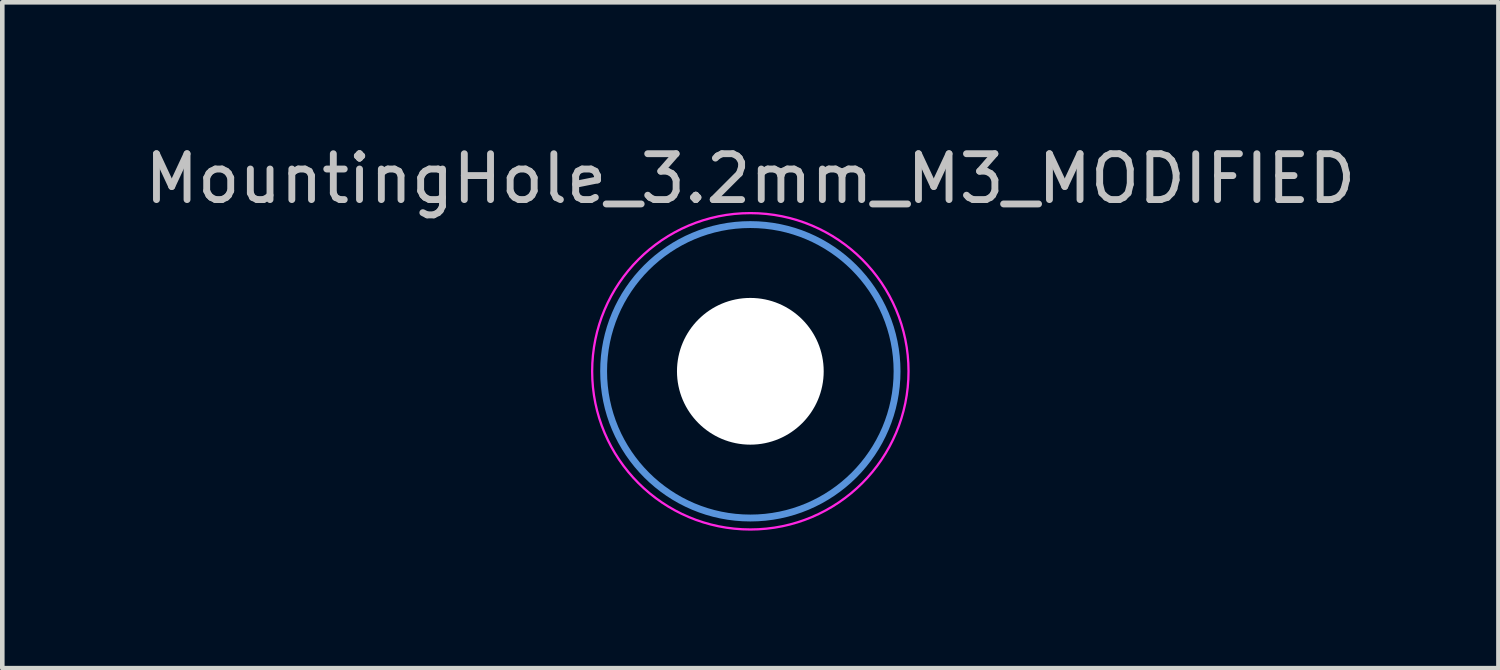
<source format=kicad_pcb>
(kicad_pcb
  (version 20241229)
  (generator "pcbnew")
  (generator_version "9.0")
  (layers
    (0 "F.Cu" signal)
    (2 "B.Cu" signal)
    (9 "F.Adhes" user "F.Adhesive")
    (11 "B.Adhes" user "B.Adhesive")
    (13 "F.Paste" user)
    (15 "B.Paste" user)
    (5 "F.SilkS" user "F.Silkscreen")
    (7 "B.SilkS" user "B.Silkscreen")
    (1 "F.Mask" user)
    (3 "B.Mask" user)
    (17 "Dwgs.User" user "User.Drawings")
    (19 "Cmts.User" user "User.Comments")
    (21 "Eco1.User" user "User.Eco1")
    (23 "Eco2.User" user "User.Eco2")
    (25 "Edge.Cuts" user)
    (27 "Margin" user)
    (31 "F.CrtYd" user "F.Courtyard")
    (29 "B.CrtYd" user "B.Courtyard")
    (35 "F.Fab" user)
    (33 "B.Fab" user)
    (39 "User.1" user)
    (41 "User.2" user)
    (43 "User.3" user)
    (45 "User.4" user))
  (footprint "MountingHole_3.2mm_M3_MODIFIED"
    (layer "F.Cu")
    (at 13.315 5.048)
    (property "Reference" "MountingHole_3.2mm_M3_MODIFIED" (at 0 -4.2 0) (layer "Dwgs.User") (effects (font (size 1 1) (thickness 0.15))))
    (attr exclude_from_pos_files exclude_from_bom)
    (fp_circle (center 0 0) (end 3.2 0) (stroke (width 0.15) (type solid)) (fill no) (layer "Cmts.User"))
    (fp_circle (center 0 0) (end 1.6 0) (stroke (width 0.12) (type solid)) (fill no) (layer "Eco2.User"))
    (fp_circle (center 0 0) (end 3.45 0) (stroke (width 0.05) (type solid)) (fill no) (layer "F.CrtYd"))
    (pad "" np_thru_hole circle (at 0 0) (size 3.2 3.2) (drill 3.2) (layers "*.Cu" "*.Mask")))
  (gr_rect
    (start -3 -3)
    (end 29.631 11.523)
    (stroke (width 0.1) (type default))
    (fill no)
    (layer "Edge.Cuts")))
</source>
